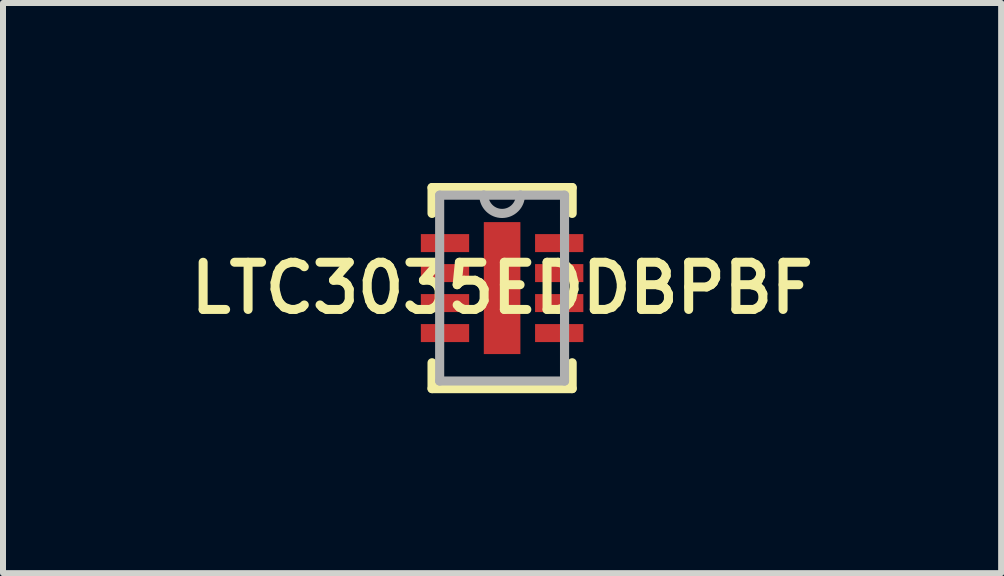
<source format=kicad_pcb>
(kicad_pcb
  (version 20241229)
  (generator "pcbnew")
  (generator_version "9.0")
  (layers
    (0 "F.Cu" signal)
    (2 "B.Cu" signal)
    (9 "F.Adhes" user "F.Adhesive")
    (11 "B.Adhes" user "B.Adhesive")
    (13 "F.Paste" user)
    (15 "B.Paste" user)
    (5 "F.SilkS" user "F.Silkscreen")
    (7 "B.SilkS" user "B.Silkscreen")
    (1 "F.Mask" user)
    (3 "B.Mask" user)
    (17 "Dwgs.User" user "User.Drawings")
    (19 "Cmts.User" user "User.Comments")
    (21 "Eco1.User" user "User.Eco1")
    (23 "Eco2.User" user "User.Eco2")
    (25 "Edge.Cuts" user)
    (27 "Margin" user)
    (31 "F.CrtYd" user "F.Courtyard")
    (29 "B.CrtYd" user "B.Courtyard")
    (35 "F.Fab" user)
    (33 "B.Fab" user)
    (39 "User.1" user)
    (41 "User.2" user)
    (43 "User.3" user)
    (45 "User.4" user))
  (footprint "LTC3035EDDBPBF"
    (layer "F.Cu")
    (at 5.321 1.753)
    (property "Reference" "LTC3035EDDBPBF" (at 0 0 0) (layer "F.SilkS") (effects (font (size 0.787 0.787) (thickness 0.15))))
    (attr smd)
    (fp_line (start -1.168 -1.676) (end -1.168 -1.245) (stroke (width 0.152) (type solid)) (layer "F.SilkS"))
    (fp_line (start -1.168 1.245) (end -1.168 1.676) (stroke (width 0.152) (type solid)) (layer "F.SilkS"))
    (fp_line (start -1.168 1.676) (end 1.168 1.676) (stroke (width 0.152) (type solid)) (layer "F.SilkS"))
    (fp_line (start 1.168 -1.676) (end -1.168 -1.676) (stroke (width 0.152) (type solid)) (layer "F.SilkS"))
    (fp_line (start 1.168 -1.245) (end 1.168 -1.676) (stroke (width 0.152) (type solid)) (layer "F.SilkS"))
    (fp_line (start 1.168 1.676) (end 1.168 1.245) (stroke (width 0.152) (type solid)) (layer "F.SilkS"))
    (fp_poly (pts (xy -0.305 -1.1) (xy -0.305 1.1) (xy 0.305 1.1) (xy 0.305 -1.1)) (stroke (width 0.025) (type solid)) (fill yes) (layer "F.Paste"))
    (fp_line (start -1.041 -1.549) (end -1.041 1.549) (stroke (width 0.152) (type solid)) (layer "F.Fab"))
    (fp_line (start -1.041 1.549) (end 1.041 1.549) (stroke (width 0.152) (type solid)) (layer "F.Fab"))
    (fp_line (start -0.305 -1.549) (end -1.041 -1.549) (stroke (width 0.152) (type solid)) (layer "F.Fab"))
    (fp_line (start 0.305 -1.549) (end -0.305 -1.549) (stroke (width 0.152) (type solid)) (layer "F.Fab"))
    (fp_line (start 1.041 -1.549) (end 0.305 -1.549) (stroke (width 0.152) (type solid)) (layer "F.Fab"))
    (fp_line (start 1.041 1.549) (end 1.041 -1.549) (stroke (width 0.152) (type solid)) (layer "F.Fab"))
    (fp_arc (start 0.3048 -1.5494) (mid 0 -1.2446) (end -0.3048 -1.5494) (stroke (width 0.1524) (type solid)) (layer "F.Fab"))
    (pad "1" smd rect (at -0.952 -0.75) (size 0.805 0.3) (layers "F.Cu" "F.Mask" "F.Paste"))
    (pad "2" smd rect (at -0.952 -0.25) (size 0.805 0.3) (layers "F.Cu" "F.Mask" "F.Paste"))
    (pad "3" smd rect (at -0.952 0.25) (size 0.805 0.3) (layers "F.Cu" "F.Mask" "F.Paste"))
    (pad "4" smd rect (at -0.952 0.75) (size 0.805 0.3) (layers "F.Cu" "F.Mask" "F.Paste"))
    (pad "5" smd rect (at 0.952 0.75) (size 0.805 0.3) (layers "F.Cu" "F.Mask" "F.Paste"))
    (pad "6" smd rect (at 0.952 0.25) (size 0.805 0.3) (layers "F.Cu" "F.Mask" "F.Paste"))
    (pad "7" smd rect (at 0.952 -0.25) (size 0.805 0.3) (layers "F.Cu" "F.Mask" "F.Paste"))
    (pad "8" smd rect (at 0.952 -0.75) (size 0.805 0.3) (layers "F.Cu" "F.Mask" "F.Paste"))
    (pad "9" smd rect (at 0 0) (size 0.61 2.2) (layers "F.Cu" "F.Mask")))
  (gr_rect
    (start -3 -3)
    (end 13.641 6.505)
    (stroke (width 0.1) (type default))
    (fill no)
    (layer "Edge.Cuts")))
</source>
